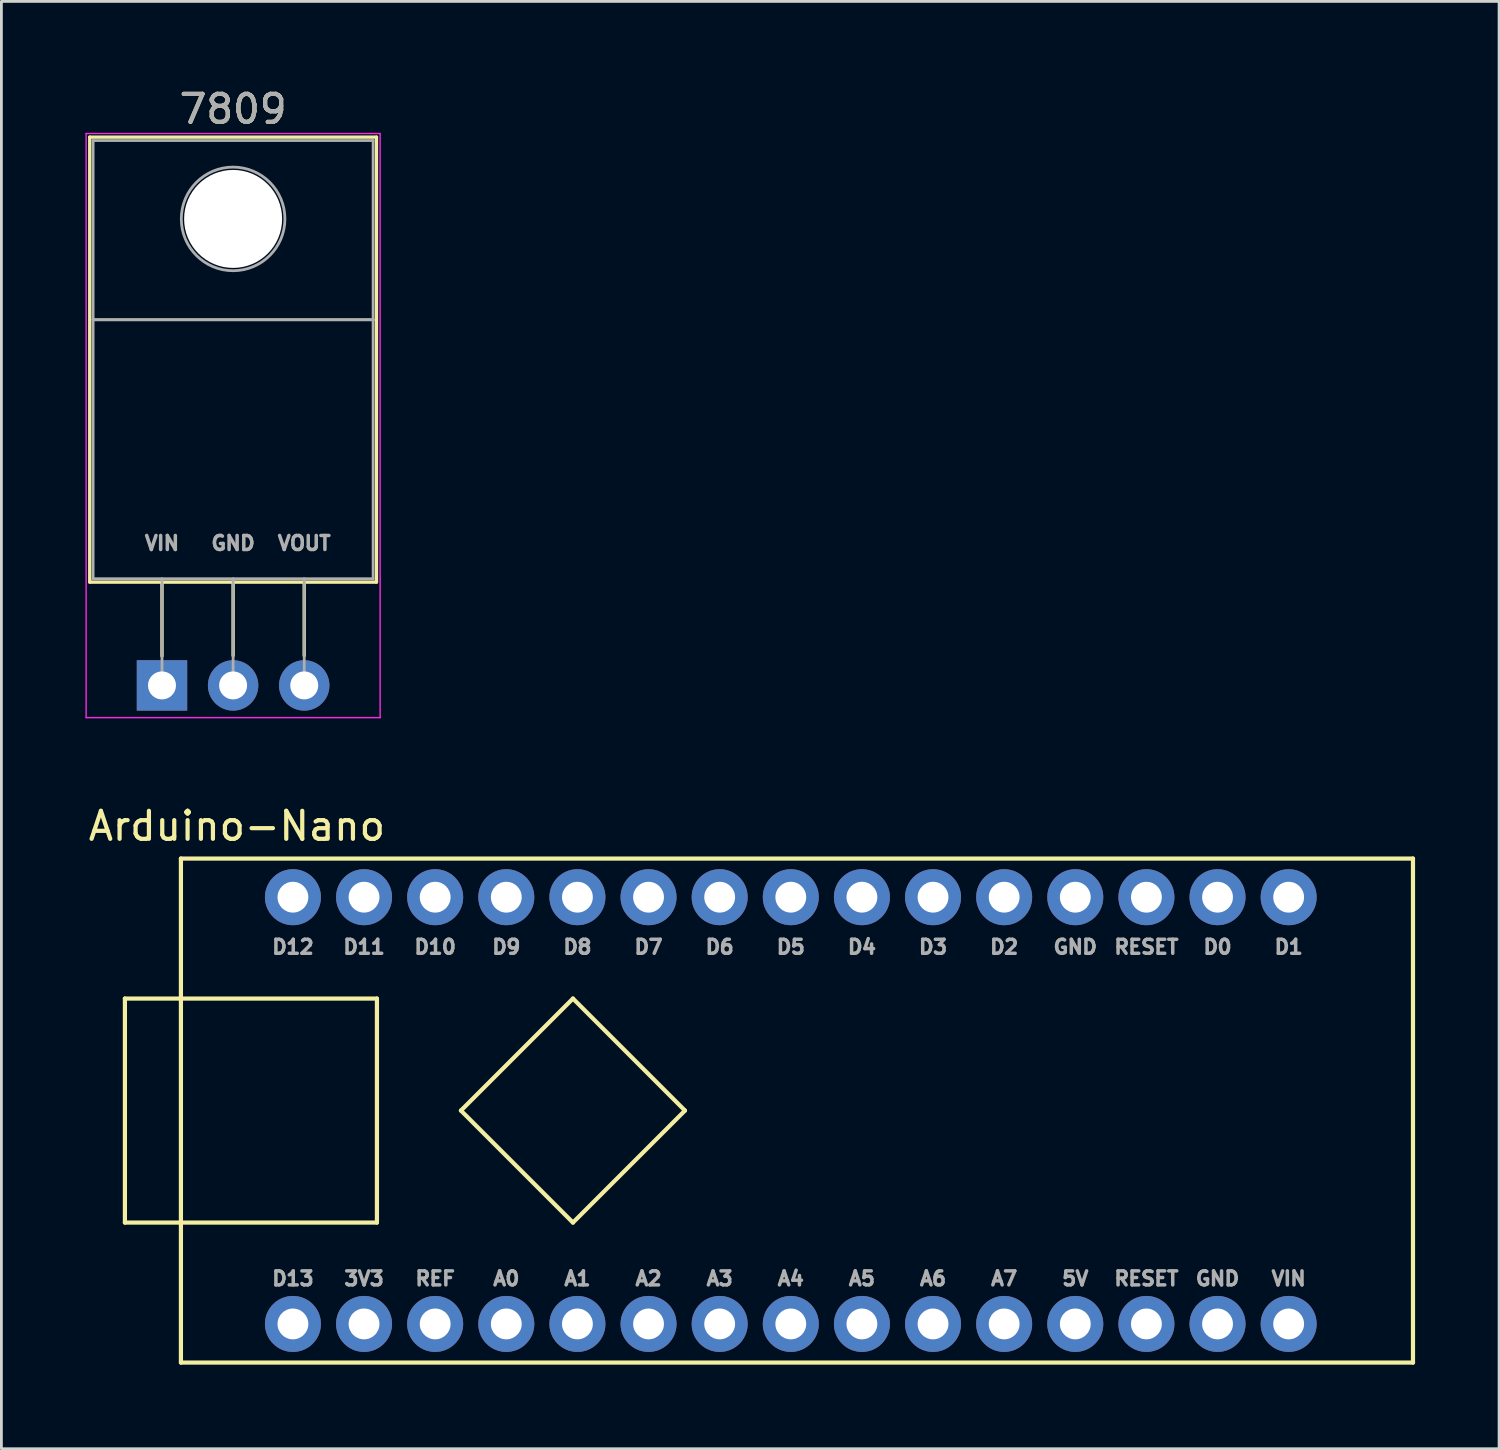
<source format=kicad_pcb>
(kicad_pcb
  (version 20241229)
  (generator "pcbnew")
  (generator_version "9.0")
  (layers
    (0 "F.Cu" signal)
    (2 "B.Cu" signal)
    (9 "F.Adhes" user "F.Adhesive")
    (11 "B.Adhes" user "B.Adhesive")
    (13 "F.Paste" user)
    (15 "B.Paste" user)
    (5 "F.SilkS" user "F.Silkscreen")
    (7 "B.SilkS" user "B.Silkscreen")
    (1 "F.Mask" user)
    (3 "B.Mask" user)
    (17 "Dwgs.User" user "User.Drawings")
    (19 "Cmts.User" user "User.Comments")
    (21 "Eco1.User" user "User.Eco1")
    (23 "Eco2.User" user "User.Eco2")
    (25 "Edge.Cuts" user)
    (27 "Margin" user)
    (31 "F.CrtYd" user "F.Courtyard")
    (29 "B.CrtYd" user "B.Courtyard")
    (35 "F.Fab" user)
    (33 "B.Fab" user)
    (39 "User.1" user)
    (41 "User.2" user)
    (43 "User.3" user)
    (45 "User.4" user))
  (footprint "7809"
    (layer "F.Cu")
    (at 2.735 21.428)
    (property "Reference" "7809" (at 2.54 -20.58 0) (layer "F.SilkS") (effects (font (size 1 1) (thickness 0.15))))
    (attr through_hole)
    (fp_line (start -2.58 -19.58) (end -2.58 -3.69) (stroke (width 0.12) (type solid)) (layer "F.SilkS"))
    (fp_line (start -2.58 -19.58) (end 7.66 -19.58) (stroke (width 0.12) (type solid)) (layer "F.SilkS"))
    (fp_line (start -2.58 -3.69) (end 7.66 -3.69) (stroke (width 0.12) (type solid)) (layer "F.SilkS"))
    (fp_line (start 0 -3.69) (end 0 -1.05) (stroke (width 0.12) (type solid)) (layer "F.SilkS"))
    (fp_line (start 2.54 -3.69) (end 2.54 -1.066) (stroke (width 0.12) (type solid)) (layer "F.SilkS"))
    (fp_line (start 5.08 -3.69) (end 5.08 -1.066) (stroke (width 0.12) (type solid)) (layer "F.SilkS"))
    (fp_line (start 7.66 -19.58) (end 7.66 -3.69) (stroke (width 0.12) (type solid)) (layer "F.SilkS"))
    (fp_line (start -2.71 -19.71) (end -2.71 1.15) (stroke (width 0.05) (type solid)) (layer "F.CrtYd"))
    (fp_line (start -2.71 1.15) (end 7.79 1.15) (stroke (width 0.05) (type solid)) (layer "F.CrtYd"))
    (fp_line (start 7.79 -19.71) (end -2.71 -19.71) (stroke (width 0.05) (type solid)) (layer "F.CrtYd"))
    (fp_line (start 7.79 1.15) (end 7.79 -19.71) (stroke (width 0.05) (type solid)) (layer "F.CrtYd"))
    (fp_line (start -2.46 -19.46) (end 7.54 -19.46) (stroke (width 0.1) (type solid)) (layer "F.Fab"))
    (fp_line (start -2.46 -13.06) (end -2.46 -19.46) (stroke (width 0.1) (type solid)) (layer "F.Fab"))
    (fp_line (start -2.46 -13.06) (end 7.54 -13.06) (stroke (width 0.1) (type solid)) (layer "F.Fab"))
    (fp_line (start -2.46 -3.81) (end -2.46 -13.06) (stroke (width 0.1) (type solid)) (layer "F.Fab"))
    (fp_line (start 0 -3.81) (end 0 0) (stroke (width 0.1) (type solid)) (layer "F.Fab"))
    (fp_line (start 2.54 -3.81) (end 2.54 0) (stroke (width 0.1) (type solid)) (layer "F.Fab"))
    (fp_line (start 5.08 -3.81) (end 5.08 0) (stroke (width 0.1) (type solid)) (layer "F.Fab"))
    (fp_line (start 7.54 -19.46) (end 7.54 -13.06) (stroke (width 0.1) (type solid)) (layer "F.Fab"))
    (fp_line (start 7.54 -13.06) (end -2.46 -13.06) (stroke (width 0.1) (type solid)) (layer "F.Fab"))
    (fp_line (start 7.54 -13.06) (end 7.54 -3.81) (stroke (width 0.1) (type solid)) (layer "F.Fab"))
    (fp_line (start 7.54 -3.81) (end -2.46 -3.81) (stroke (width 0.1) (type solid)) (layer "F.Fab"))
    (fp_circle (center 2.54 -16.66) (end 4.39 -16.66) (stroke (width 0.1) (type solid)) (fill no) (layer "F.Fab"))
    (fp_text user "GND" (at 2.54 -5.08 0) (layer "F.Fab") (effects (font (size 0.5 0.5) (thickness 0.125))))
    (fp_text user "VIN" (at 0 -5.08 0) (layer "F.Fab") (effects (font (size 0.5 0.5) (thickness 0.125))))
    (fp_text user "${REFERENCE}" (at 2.54 -20.58 0) (layer "F.Fab") (effects (font (size 1 1) (thickness 0.15))))
    (fp_text user "VOUT" (at 5.08 -5.08 0) (layer "F.Fab") (effects (font (size 0.5 0.5) (thickness 0.125))))
    (pad "" np_thru_hole oval (at 2.54 -16.66) (size 3.5 3.5) (drill 3.5) (layers "*.Cu" "*.Mask"))
    (pad "1" thru_hole rect (at 0 0) (size 1.8 1.8) (drill 1) (layers "*.Cu" "*.Mask"))
    (pad "2" thru_hole oval (at 2.54 0) (size 1.8 1.8) (drill 1) (layers "*.Cu" "*.Mask"))
    (pad "3" thru_hole oval (at 5.08 0) (size 1.8 1.8) (drill 1) (layers "*.Cu" "*.Mask")))
  (footprint "Arduino-Nano"
    (layer "F.Cu")
    (at 7.411 36.611)
    (property "Reference" "Arduino-Nano" (at -2 -10.16 0) (layer "F.SilkS") (effects (font (size 1 1) (thickness 0.15))))
    (attr through_hole)
    (fp_line (start -6 -4) (end 3 -4) (stroke (width 0.15) (type solid)) (layer "F.SilkS"))
    (fp_line (start -6 4) (end -6 -4) (stroke (width 0.15) (type solid)) (layer "F.SilkS"))
    (fp_line (start -4 -9) (end 40 -9) (stroke (width 0.15) (type solid)) (layer "F.SilkS"))
    (fp_line (start -4 9) (end -4 -9) (stroke (width 0.15) (type solid)) (layer "F.SilkS"))
    (fp_line (start 3 -4) (end 3 4) (stroke (width 0.15) (type solid)) (layer "F.SilkS"))
    (fp_line (start 3 4) (end -6 4) (stroke (width 0.15) (type solid)) (layer "F.SilkS"))
    (fp_line (start 6 0) (end 10 4) (stroke (width 0.15) (type solid)) (layer "F.SilkS"))
    (fp_line (start 10 -4) (end 6 0) (stroke (width 0.15) (type solid)) (layer "F.SilkS"))
    (fp_line (start 10 4) (end 14 0) (stroke (width 0.15) (type solid)) (layer "F.SilkS"))
    (fp_line (start 14 0) (end 10 -4) (stroke (width 0.15) (type solid)) (layer "F.SilkS"))
    (fp_line (start 40 -9) (end 40 9) (stroke (width 0.15) (type solid)) (layer "F.SilkS"))
    (fp_line (start 40 9) (end -4 9) (stroke (width 0.15) (type solid)) (layer "F.SilkS"))
    (fp_text user "D5" (at 17.78 -5.842 0) (layer "F.Fab") (effects (font (size 0.5 0.5) (thickness 0.125))))
    (fp_text user "5V" (at 27.94 6 0) (layer "F.Fab") (effects (font (size 0.5 0.5) (thickness 0.125))))
    (fp_text user "D10" (at 5.08 -5.842 0) (layer "F.Fab") (effects (font (size 0.5 0.5) (thickness 0.125))))
    (fp_text user "REF" (at 5.08 6 0) (layer "F.Fab") (effects (font (size 0.5 0.5) (thickness 0.125))))
    (fp_text user "D2" (at 25.4 -5.842 0) (layer "F.Fab") (effects (font (size 0.5 0.5) (thickness 0.125))))
    (fp_text user "A3" (at 15.24 6 0) (layer "F.Fab") (effects (font (size 0.5 0.5) (thickness 0.125))))
    (fp_text user "A4" (at 17.78 6 0) (layer "F.Fab") (effects (font (size 0.5 0.5) (thickness 0.125))))
    (fp_text user "3V3" (at 2.54 6 0) (layer "F.Fab") (effects (font (size 0.5 0.5) (thickness 0.125))))
    (fp_text user "D0" (at 33.02 -5.842 0) (layer "F.Fab") (effects (font (size 0.5 0.5) (thickness 0.125))))
    (fp_text user "D3" (at 22.86 -5.842 0) (layer "F.Fab") (effects (font (size 0.5 0.5) (thickness 0.125))))
    (fp_text user "D7" (at 12.7 -5.842 0) (layer "F.Fab") (effects (font (size 0.5 0.5) (thickness 0.125))))
    (fp_text user "D13" (at 0 6 0) (layer "F.Fab") (effects (font (size 0.5 0.5) (thickness 0.125))))
    (fp_text user "GND" (at 27.94 -5.842 0) (layer "F.Fab") (effects (font (size 0.5 0.5) (thickness 0.125))))
    (fp_text user "A5" (at 20.32 6 0) (layer "F.Fab") (effects (font (size 0.5 0.5) (thickness 0.125))))
    (fp_text user "VIN" (at 35.56 6 0) (layer "F.Fab") (effects (font (size 0.5 0.5) (thickness 0.125))))
    (fp_text user "A7" (at 25.4 6 0) (layer "F.Fab") (effects (font (size 0.5 0.5) (thickness 0.125))))
    (fp_text user "D8" (at 10.16 -5.842 0) (layer "F.Fab") (effects (font (size 0.5 0.5) (thickness 0.125))))
    (fp_text user "D11" (at 2.54 -5.842 0) (layer "F.Fab") (effects (font (size 0.5 0.5) (thickness 0.125))))
    (fp_text user "D12" (at 0 -5.842 0) (layer "F.Fab") (effects (font (size 0.5 0.5) (thickness 0.125))))
    (fp_text user "D9" (at 7.62 -5.842 0) (layer "F.Fab") (effects (font (size 0.5 0.5) (thickness 0.125))))
    (fp_text user "D1" (at 35.56 -5.842 0) (layer "F.Fab") (effects (font (size 0.5 0.5) (thickness 0.125))))
    (fp_text user "A0" (at 7.62 6 0) (layer "F.Fab") (effects (font (size 0.5 0.5) (thickness 0.125))))
    (fp_text user "A2" (at 12.7 6 0) (layer "F.Fab") (effects (font (size 0.5 0.5) (thickness 0.125))))
    (fp_text user "A6" (at 22.86 6 0) (layer "F.Fab") (effects (font (size 0.5 0.5) (thickness 0.125))))
    (fp_text user "GND" (at 33.02 6 0) (layer "F.Fab") (effects (font (size 0.5 0.5) (thickness 0.125))))
    (fp_text user "RESET" (at 30.48 -5.842 0) (layer "F.Fab") (effects (font (size 0.5 0.5) (thickness 0.125))))
    (fp_text user "RESET" (at 30.48 6 0) (layer "F.Fab") (effects (font (size 0.5 0.5) (thickness 0.125))))
    (fp_text user "D6" (at 15.24 -5.842 0) (layer "F.Fab") (effects (font (size 0.5 0.5) (thickness 0.125))))
    (fp_text user "A1" (at 10.16 6 0) (layer "F.Fab") (effects (font (size 0.5 0.5) (thickness 0.125))))
    (fp_text user "D4" (at 20.32 -5.842 0) (layer "F.Fab") (effects (font (size 0.5 0.5) (thickness 0.125))))
    (pad "1" thru_hole circle (at 35.56 -7.62 180) (size 2 2) (drill 1.1) (layers "*.Cu" "*.Mask"))
    (pad "2" thru_hole circle (at 33.02 -7.62 180) (size 2 2) (drill 1.1) (layers "*.Cu" "*.Mask"))
    (pad "3" thru_hole circle (at 30.48 -7.62 180) (size 2 2) (drill 1.1) (layers "*.Cu" "*.Mask"))
    (pad "4" thru_hole circle (at 27.94 -7.62 180) (size 2 2) (drill 1.1) (layers "*.Cu" "*.Mask"))
    (pad "5" thru_hole circle (at 25.4 -7.62 180) (size 2 2) (drill 1.1) (layers "*.Cu" "*.Mask"))
    (pad "6" thru_hole circle (at 22.86 -7.62 180) (size 2 2) (drill 1.1) (layers "*.Cu" "*.Mask"))
    (pad "7" thru_hole circle (at 20.32 -7.62 180) (size 2 2) (drill 1.1) (layers "*.Cu" "*.Mask"))
    (pad "8" thru_hole circle (at 17.78 -7.62 180) (size 2 2) (drill 1.1) (layers "*.Cu" "*.Mask"))
    (pad "9" thru_hole circle (at 15.24 -7.62 180) (size 2 2) (drill 1.1) (layers "*.Cu" "*.Mask"))
    (pad "10" thru_hole circle (at 12.7 -7.62 180) (size 2 2) (drill 1.1) (layers "*.Cu" "*.Mask"))
    (pad "11" thru_hole circle (at 10.16 -7.62 180) (size 2 2) (drill 1.1) (layers "*.Cu" "*.Mask"))
    (pad "12" thru_hole circle (at 7.62 -7.62 180) (size 2 2) (drill 1.1) (layers "*.Cu" "*.Mask"))
    (pad "13" thru_hole circle (at 5.08 -7.62 180) (size 2 2) (drill 1.1) (layers "*.Cu" "*.Mask"))
    (pad "14" thru_hole circle (at 2.54 -7.62 180) (size 2 2) (drill 1.1) (layers "*.Cu" "*.Mask"))
    (pad "15" thru_hole circle (at 0 -7.62 180) (size 2 2) (drill 1.1) (layers "*.Cu" "*.Mask"))
    (pad "16" thru_hole circle (at 0 7.62 180) (size 2 2) (drill 1.1) (layers "*.Cu" "*.Mask"))
    (pad "17" thru_hole circle (at 2.54 7.62 180) (size 2 2) (drill 1.1) (layers "*.Cu" "*.Mask"))
    (pad "18" thru_hole circle (at 5.08 7.62 180) (size 2 2) (drill 1.1) (layers "*.Cu" "*.Mask"))
    (pad "19" thru_hole circle (at 7.62 7.62 180) (size 2 2) (drill 1.1) (layers "*.Cu" "*.Mask"))
    (pad "20" thru_hole circle (at 10.16 7.62 180) (size 2 2) (drill 1.1) (layers "*.Cu" "*.Mask"))
    (pad "21" thru_hole circle (at 12.7 7.62 180) (size 2 2) (drill 1.1) (layers "*.Cu" "*.Mask"))
    (pad "22" thru_hole circle (at 15.24 7.62 180) (size 2 2) (drill 1.1) (layers "*.Cu" "*.Mask"))
    (pad "23" thru_hole circle (at 17.78 7.62 180) (size 2 2) (drill 1.1) (layers "*.Cu" "*.Mask"))
    (pad "24" thru_hole circle (at 20.32 7.62 180) (size 2 2) (drill 1.1) (layers "*.Cu" "*.Mask"))
    (pad "25" thru_hole circle (at 22.86 7.62 180) (size 2 2) (drill 1.1) (layers "*.Cu" "*.Mask"))
    (pad "26" thru_hole circle (at 25.4 7.62 180) (size 2 2) (drill 1.1) (layers "*.Cu" "*.Mask"))
    (pad "27" thru_hole circle (at 27.94 7.62 180) (size 2 2) (drill 1.1) (layers "*.Cu" "*.Mask"))
    (pad "28" thru_hole circle (at 30.48 7.62 180) (size 2 2) (drill 1.1) (layers "*.Cu" "*.Mask"))
    (pad "29" thru_hole circle (at 33.02 7.62 180) (size 2 2) (drill 1.1) (layers "*.Cu" "*.Mask"))
    (pad "30" thru_hole circle (at 35.56 7.62) (size 2 2) (drill 1.1) (layers "*.Cu" "*.Mask")))
  (gr_rect
    (start -3 -3)
    (end 50.486 48.687)
    (stroke (width 0.1) (type default))
    (fill no)
    (layer "Edge.Cuts")))
</source>
